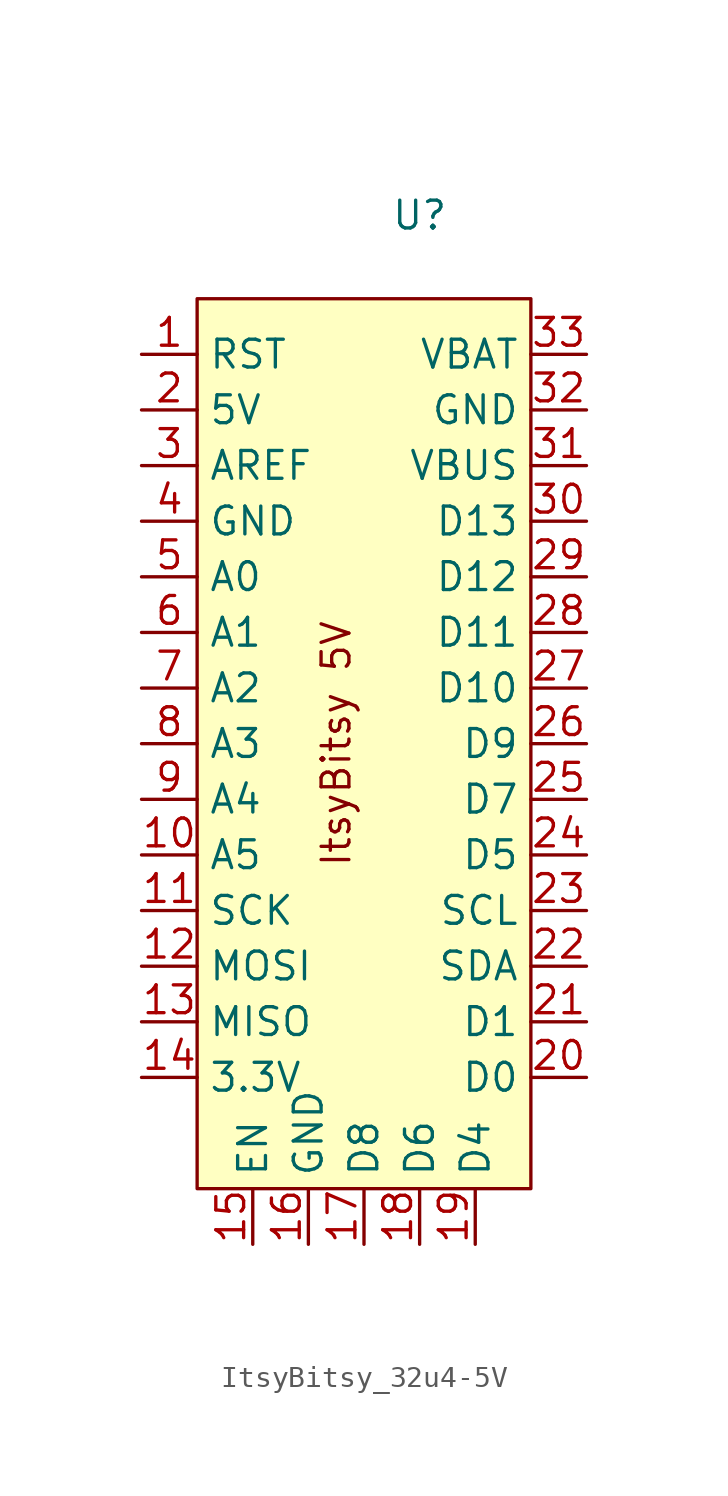
<source format=kicad_sym>
(kicad_symbol_lib
  (version 20220914)
  (generator kicad_symbol_editor)
  (symbol "ItsyBitsy_32u4-5V"
    (property "Reference" "U"
      (at 0 0 0)
      (effects (font (size 1.27 1.27))))
    (property "Value" ""
      (at 0 0 0)
      (effects (font (size 1.27 1.27))))
    (symbol "ItsyBitsy_32u4-5V_1_1"
      (rectangle (start -10.16 -3.81) (end 5.08 -44.45) (stroke (width 0) (type default)) (fill (type background)))
      (text "ItsyBitsy 5V" (at -3.81 -24.13 900) (effects (font (size 1.27 1.27))))
      (pin bidirectional line (at -12.7 -6.35 0) (length 2.54) (name "RST" (effects (font (size 1.27 1.27)))) (number "1" (effects (font (size 1.27 1.27)))))
      (pin bidirectional line (at -12.7 -29.21 0) (length 2.54) (name "A5" (effects (font (size 1.27 1.27)))) (number "10" (effects (font (size 1.27 1.27)))))
      (pin output line (at -12.7 -31.75 0) (length 2.54) (name "SCK" (effects (font (size 1.27 1.27)))) (number "11" (effects (font (size 1.27 1.27)))))
      (pin output line (at -12.7 -34.29 0) (length 2.54) (name "MOSI" (effects (font (size 1.27 1.27)))) (number "12" (effects (font (size 1.27 1.27)))))
      (pin input line (at -12.7 -36.83 0) (length 2.54) (name "MISO" (effects (font (size 1.27 1.27)))) (number "13" (effects (font (size 1.27 1.27)))))
      (pin input line (at -12.7 -39.37 0) (length 2.54) (name "3.3V" (effects (font (size 1.27 1.27)))) (number "14" (effects (font (size 1.27 1.27)))))
      (pin input line (at -7.62 -46.99 90) (length 2.54) (name "EN" (effects (font (size 1.27 1.27)))) (number "15" (effects (font (size 1.27 1.27)))))
      (pin power_in line (at -5.08 -46.99 90) (length 2.54) (name "GND" (effects (font (size 1.27 1.27)))) (number "16" (effects (font (size 1.27 1.27)))))
      (pin bidirectional line (at -2.54 -46.99 90) (length 2.54) (name "D8" (effects (font (size 1.27 1.27)))) (number "17" (effects (font (size 1.27 1.27)))))
      (pin bidirectional line (at 0 -46.99 90) (length 2.54) (name "D6" (effects (font (size 1.27 1.27)))) (number "18" (effects (font (size 1.27 1.27)))))
      (pin bidirectional line (at 2.54 -46.99 90) (length 2.54) (name "D4" (effects (font (size 1.27 1.27)))) (number "19" (effects (font (size 1.27 1.27)))))
      (pin bidirectional line (at -12.7 -8.89 0) (length 2.54) (name "5V" (effects (font (size 1.27 1.27)))) (number "2" (effects (font (size 1.27 1.27)))))
      (pin bidirectional line (at 7.62 -39.37 180) (length 2.54) (name "D0" (effects (font (size 1.27 1.27)))) (number "20" (effects (font (size 1.27 1.27)))))
      (pin bidirectional line (at 7.62 -36.83 180) (length 2.54) (name "D1" (effects (font (size 1.27 1.27)))) (number "21" (effects (font (size 1.27 1.27)))))
      (pin bidirectional line (at 7.62 -34.29 180) (length 2.54) (name "SDA" (effects (font (size 1.27 1.27)))) (number "22" (effects (font (size 1.27 1.27)))))
      (pin output line (at 7.62 -31.75 180) (length 2.54) (name "SCL" (effects (font (size 1.27 1.27)))) (number "23" (effects (font (size 1.27 1.27)))))
      (pin bidirectional line (at 7.62 -29.21 180) (length 2.54) (name "D5" (effects (font (size 1.27 1.27)))) (number "24" (effects (font (size 1.27 1.27)))))
      (pin bidirectional line (at 7.62 -26.67 180) (length 2.54) (name "D7" (effects (font (size 1.27 1.27)))) (number "25" (effects (font (size 1.27 1.27)))))
      (pin bidirectional line (at 7.62 -24.13 180) (length 2.54) (name "D9" (effects (font (size 1.27 1.27)))) (number "26" (effects (font (size 1.27 1.27)))))
      (pin bidirectional line (at 7.62 -21.59 180) (length 2.54) (name "D10" (effects (font (size 1.27 1.27)))) (number "27" (effects (font (size 1.27 1.27)))))
      (pin bidirectional line (at 7.62 -19.05 180) (length 2.54) (name "D11" (effects (font (size 1.27 1.27)))) (number "28" (effects (font (size 1.27 1.27)))))
      (pin bidirectional line (at 7.62 -16.51 180) (length 2.54) (name "D12" (effects (font (size 1.27 1.27)))) (number "29" (effects (font (size 1.27 1.27)))))
      (pin bidirectional line (at -12.7 -11.43 0) (length 2.54) (name "AREF" (effects (font (size 1.27 1.27)))) (number "3" (effects (font (size 1.27 1.27)))))
      (pin bidirectional line (at 7.62 -13.97 180) (length 2.54) (name "D13" (effects (font (size 1.27 1.27)))) (number "30" (effects (font (size 1.27 1.27)))))
      (pin power_out line (at 7.62 -11.43 180) (length 2.54) (name "VBUS" (effects (font (size 1.27 1.27)))) (number "31" (effects (font (size 1.27 1.27)))))
      (pin power_in line (at 7.62 -8.89 180) (length 2.54) (name "GND" (effects (font (size 1.27 1.27)))) (number "32" (effects (font (size 1.27 1.27)))))
      (pin power_in line (at 7.62 -6.35 180) (length 2.54) (name "VBAT" (effects (font (size 1.27 1.27)))) (number "33" (effects (font (size 1.27 1.27)))))
      (pin bidirectional line (at -12.7 -13.97 0) (length 2.54) (name "GND" (effects (font (size 1.27 1.27)))) (number "4" (effects (font (size 1.27 1.27)))))
      (pin bidirectional line (at -12.7 -16.51 0) (length 2.54) (name "A0" (effects (font (size 1.27 1.27)))) (number "5" (effects (font (size 1.27 1.27)))))
      (pin bidirectional line (at -12.7 -19.05 0) (length 2.54) (name "A1" (effects (font (size 1.27 1.27)))) (number "6" (effects (font (size 1.27 1.27)))))
      (pin bidirectional line (at -12.7 -21.59 0) (length 2.54) (name "A2" (effects (font (size 1.27 1.27)))) (number "7" (effects (font (size 1.27 1.27)))))
      (pin bidirectional line (at -12.7 -24.13 0) (length 2.54) (name "A3" (effects (font (size 1.27 1.27)))) (number "8" (effects (font (size 1.27 1.27)))))
      (pin bidirectional line (at -12.7 -26.67 0) (length 2.54) (name "A4" (effects (font (size 1.27 1.27)))) (number "9" (effects (font (size 1.27 1.27))))))))
</source>
